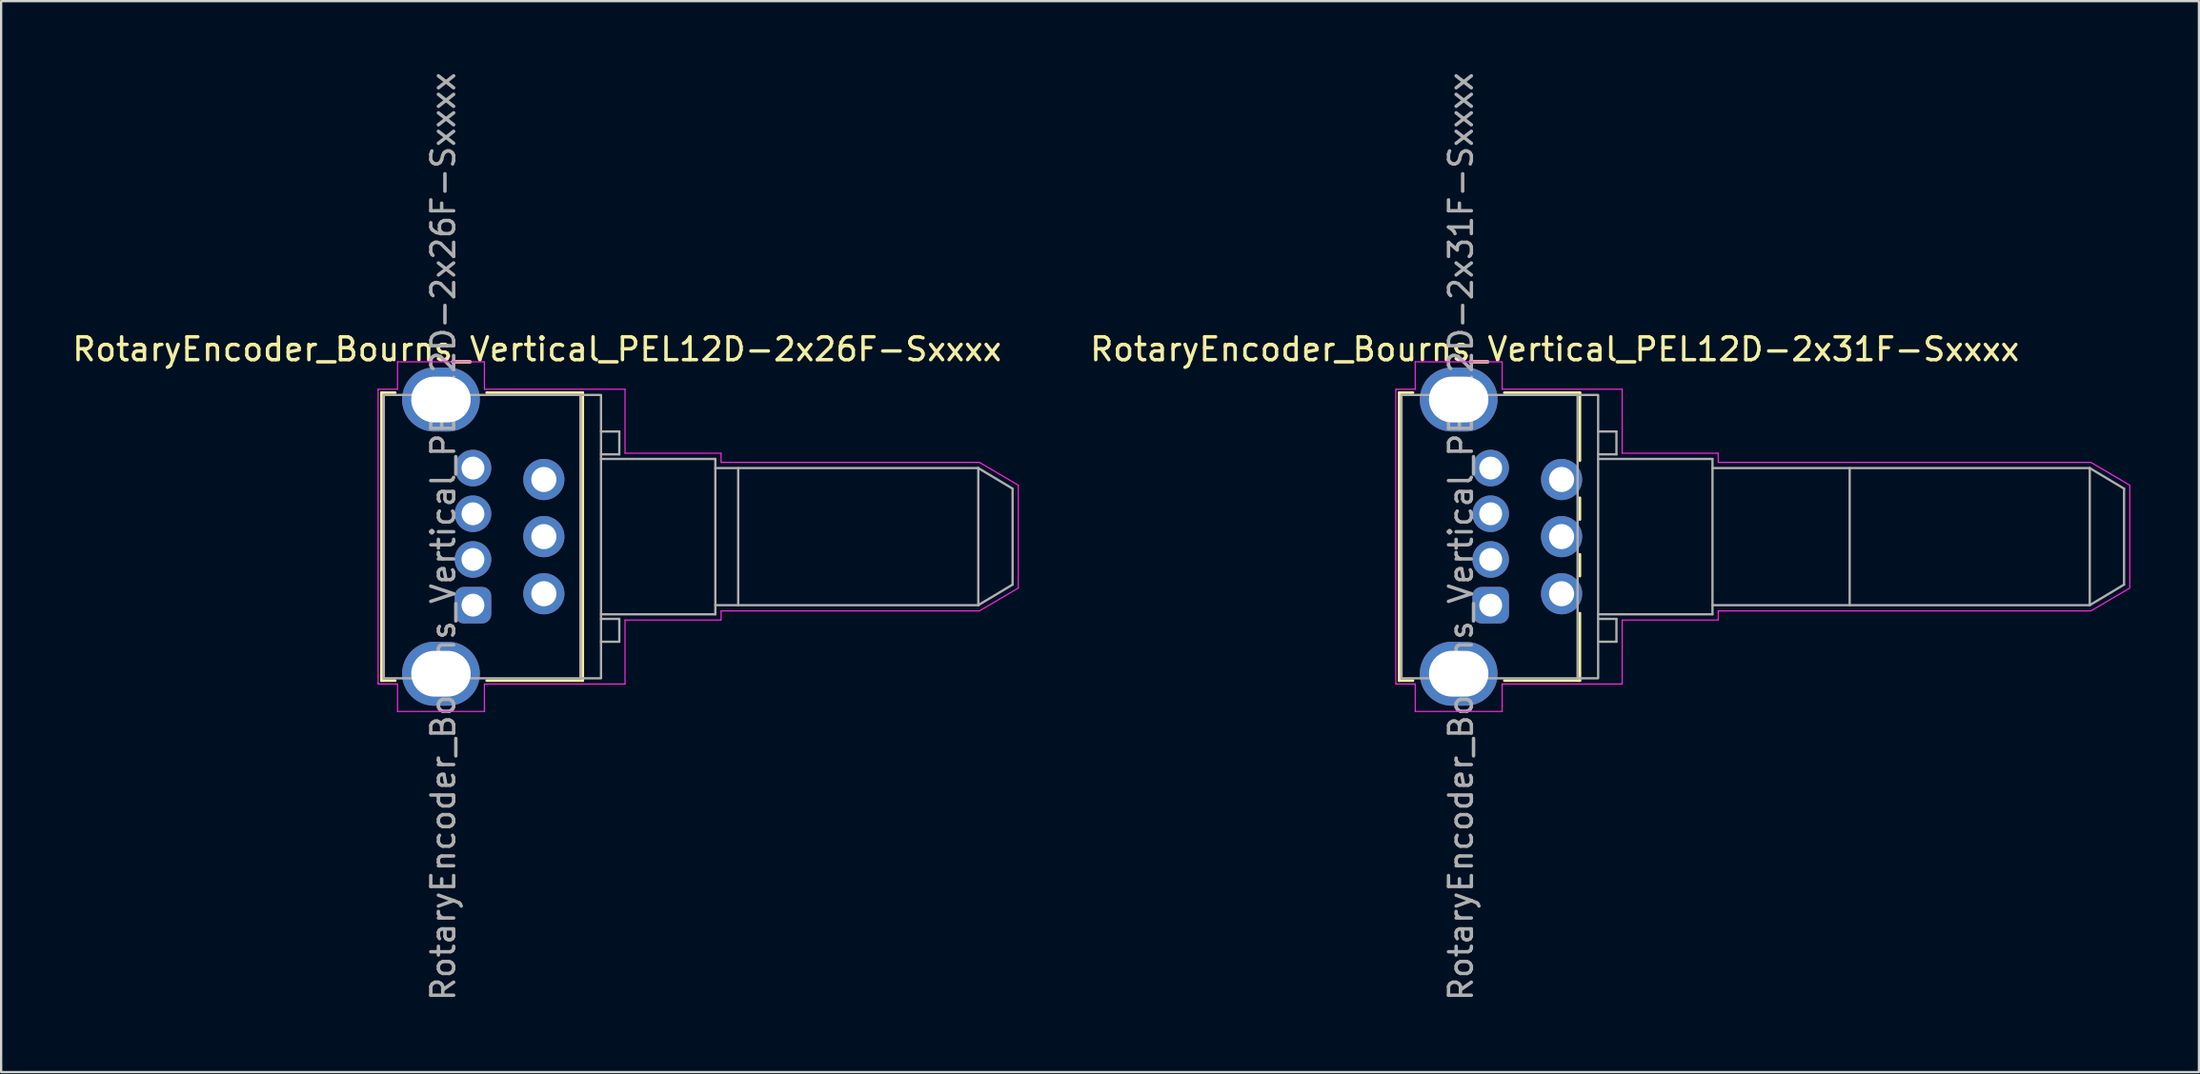
<source format=kicad_pcb>
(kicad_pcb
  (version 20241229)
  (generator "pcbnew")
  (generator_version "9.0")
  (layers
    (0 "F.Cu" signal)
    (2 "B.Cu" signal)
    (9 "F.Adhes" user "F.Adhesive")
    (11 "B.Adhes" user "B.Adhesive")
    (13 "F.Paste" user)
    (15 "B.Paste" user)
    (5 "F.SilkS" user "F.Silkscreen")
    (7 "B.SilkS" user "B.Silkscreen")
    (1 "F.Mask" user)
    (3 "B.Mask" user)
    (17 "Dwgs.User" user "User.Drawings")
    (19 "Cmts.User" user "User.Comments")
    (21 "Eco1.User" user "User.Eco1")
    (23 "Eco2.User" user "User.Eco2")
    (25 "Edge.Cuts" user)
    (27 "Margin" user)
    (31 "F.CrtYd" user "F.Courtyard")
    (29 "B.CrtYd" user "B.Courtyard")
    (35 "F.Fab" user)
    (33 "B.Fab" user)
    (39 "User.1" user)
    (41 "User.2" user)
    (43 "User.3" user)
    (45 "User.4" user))
  (footprint "RotaryEncoder_Bourns_Vertical_PEL12D-2x31F-Sxxxx"
    (layer "F.Cu")
    (at 62.144 23.435)
    (property "Reference" "RotaryEncoder_Bourns_Vertical_PEL12D-2x31F-Sxxxx" (at 2.8 -11.2 0) (layer "F.SilkS") (effects (font (size 1 1) (thickness 0.15))))
    (attr through_hole)
    (fp_line (start -4 -9.3) (end -4 3.3) (stroke (width 0.12) (type default)) (layer "F.SilkS"))
    (fp_line (start -4 3.3) (end -3.4 3.3) (stroke (width 0.12) (type default)) (layer "F.SilkS"))
    (fp_line (start -3.4 -9.3) (end -4 -9.3) (stroke (width 0.12) (type default)) (layer "F.SilkS"))
    (fp_line (start 0.6 3.3) (end 3.9 3.3) (stroke (width 0.12) (type default)) (layer "F.SilkS"))
    (fp_line (start 3.9 -9.3) (end 0.6 -9.3) (stroke (width 0.12) (type default)) (layer "F.SilkS"))
    (fp_line (start 3.9 -6.325) (end 3.9 -9.3) (stroke (width 0.12) (type default)) (layer "F.SilkS"))
    (fp_line (start 3.9 -4.7) (end 3.9 -3.75) (stroke (width 0.12) (type default)) (layer "F.SilkS"))
    (fp_line (start 3.9 -2.225) (end 3.9 -1.275) (stroke (width 0.12) (type default)) (layer "F.SilkS"))
    (fp_line (start 3.9 3.3) (end 3.9 0.35) (stroke (width 0.12) (type default)) (layer "F.SilkS"))
    (fp_line (start -4.15 -9.45) (end -4.15 3.45) (stroke (width 0.05) (type default)) (layer "F.CrtYd"))
    (fp_line (start -4.15 3.45) (end -3.3 3.45) (stroke (width 0.05) (type default)) (layer "F.CrtYd"))
    (fp_line (start -3.3 -10.65) (end -3.3 -9.45) (stroke (width 0.05) (type default)) (layer "F.CrtYd"))
    (fp_line (start -3.3 -9.45) (end -4.15 -9.45) (stroke (width 0.05) (type default)) (layer "F.CrtYd"))
    (fp_line (start -3.3 3.45) (end -3.3 4.65) (stroke (width 0.05) (type default)) (layer "F.CrtYd"))
    (fp_line (start -3.3 4.65) (end 0.5 4.65) (stroke (width 0.05) (type default)) (layer "F.CrtYd"))
    (fp_line (start 0.5 -10.65) (end -3.3 -10.65) (stroke (width 0.05) (type default)) (layer "F.CrtYd"))
    (fp_line (start 0.5 -9.45) (end 0.5 -10.65) (stroke (width 0.05) (type default)) (layer "F.CrtYd"))
    (fp_line (start 0.5 3.45) (end 5.75 3.45) (stroke (width 0.05) (type default)) (layer "F.CrtYd"))
    (fp_line (start 0.5 4.65) (end 0.5 3.45) (stroke (width 0.05) (type default)) (layer "F.CrtYd"))
    (fp_line (start 5.75 -9.45) (end 0.5 -9.45) (stroke (width 0.05) (type default)) (layer "F.CrtYd"))
    (fp_line (start 5.75 -6.65) (end 5.75 -9.45) (stroke (width 0.05) (type default)) (layer "F.CrtYd"))
    (fp_line (start 5.75 0.65) (end 5.75 3.45) (stroke (width 0.05) (type default)) (layer "F.CrtYd"))
    (fp_line (start 9.95 -6.65) (end 5.75 -6.65) (stroke (width 0.05) (type default)) (layer "F.CrtYd"))
    (fp_line (start 9.95 -6.25) (end 9.95 -6.65) (stroke (width 0.05) (type default)) (layer "F.CrtYd"))
    (fp_line (start 9.95 0.25) (end 26.25 0.25) (stroke (width 0.05) (type default)) (layer "F.CrtYd"))
    (fp_line (start 9.95 0.65) (end 5.75 0.65) (stroke (width 0.05) (type default)) (layer "F.CrtYd"))
    (fp_line (start 9.95 0.65) (end 9.95 0.25) (stroke (width 0.05) (type default)) (layer "F.CrtYd"))
    (fp_line (start 26.25 -6.25) (end 9.95 -6.25) (stroke (width 0.05) (type default)) (layer "F.CrtYd"))
    (fp_line (start 26.25 -6.25) (end 27.95 -5.25) (stroke (width 0.05) (type default)) (layer "F.CrtYd"))
    (fp_line (start 26.25 0.25) (end 27.95 -0.75) (stroke (width 0.05) (type default)) (layer "F.CrtYd"))
    (fp_line (start 27.95 -0.75) (end 27.95 -5.25) (stroke (width 0.05) (type default)) (layer "F.CrtYd"))
    (fp_line (start 3.8 -9.2) (end 3.8 3.2) (stroke (width 0.1) (type default)) (layer "F.Fab"))
    (fp_line (start 4.7 -7.6) (end 5.5 -7.6) (stroke (width 0.1) (type default)) (layer "F.Fab"))
    (fp_line (start 4.7 -6.4) (end 9.7 -6.4) (stroke (width 0.1) (type default)) (layer "F.Fab"))
    (fp_line (start 4.7 1.6) (end 5.5 1.6) (stroke (width 0.1) (type default)) (layer "F.Fab"))
    (fp_line (start 5.5 -7.6) (end 5.5 -6.6) (stroke (width 0.1) (type default)) (layer "F.Fab"))
    (fp_line (start 5.5 -6.6) (end 4.7 -6.6) (stroke (width 0.1) (type default)) (layer "F.Fab"))
    (fp_line (start 5.5 0.6) (end 4.7 0.6) (stroke (width 0.1) (type default)) (layer "F.Fab"))
    (fp_line (start 5.5 1.6) (end 5.5 0.6) (stroke (width 0.1) (type default)) (layer "F.Fab"))
    (fp_line (start 9.7 -6.4) (end 9.7 0.4) (stroke (width 0.1) (type default)) (layer "F.Fab"))
    (fp_line (start 9.7 -6) (end 26.2 -6) (stroke (width 0.1) (type default)) (layer "F.Fab"))
    (fp_line (start 9.7 0.4) (end 4.7 0.4) (stroke (width 0.1) (type default)) (layer "F.Fab"))
    (fp_line (start 15.7 -6) (end 15.7 0) (stroke (width 0.1) (type default)) (layer "F.Fab"))
    (fp_line (start 26.2 -6) (end 26.2 0) (stroke (width 0.1) (type default)) (layer "F.Fab"))
    (fp_line (start 26.2 -6) (end 27.7 -5.1) (stroke (width 0.1) (type default)) (layer "F.Fab"))
    (fp_line (start 26.2 0) (end 9.7 0) (stroke (width 0.1) (type default)) (layer "F.Fab"))
    (fp_line (start 26.2 0) (end 27.7 -0.9) (stroke (width 0.1) (type default)) (layer "F.Fab"))
    (fp_line (start 27.7 -0.9) (end 27.7 -5.1) (stroke (width 0.1) (type default)) (layer "F.Fab"))
    (fp_rect (start -3.9 -9.2) (end 4.7 3.2) (stroke (width 0.1) (type default)) (fill no) (layer "F.Fab"))
    (fp_text user "${REFERENCE}" (at -1.3 -3 90) (layer "F.Fab") (effects (font (size 1 1) (thickness 0.15))))
    (pad "1" thru_hole roundrect (at 0 0) (size 1.6 1.6) (drill 1) (layers "*.Cu" "*.Mask") (roundrect_rratio 0.25))
    (pad "2" thru_hole circle (at 0 -2) (size 1.6 1.6) (drill 1) (layers "*.Cu" "*.Mask"))
    (pad "3" thru_hole circle (at 0 -4) (size 1.6 1.6) (drill 1) (layers "*.Cu" "*.Mask"))
    (pad "4" thru_hole circle (at 0 -6) (size 1.6 1.6) (drill 1) (layers "*.Cu" "*.Mask"))
    (pad "A" thru_hole circle (at 3.1 -0.5) (size 1.8 1.8) (drill 1.1) (layers "*.Cu" "*.Mask"))
    (pad "B" thru_hole circle (at 3.1 -3) (size 1.8 1.8) (drill 1.1) (layers "*.Cu" "*.Mask"))
    (pad "C" thru_hole circle (at 3.1 -5.5) (size 1.8 1.8) (drill 1.1) (layers "*.Cu" "*.Mask"))
    (pad "SH" thru_hole oval (at -1.4 -9) (size 3.4 2.8) (drill oval 2.6 2) (layers "*.Cu" "*.Mask"))
    (pad "SH" thru_hole oval (at -1.4 3) (size 3.4 2.8) (drill oval 2.6 2) (layers "*.Cu" "*.Mask"))
    (zone (net_name "") (layer "F.Cu") (hatch edge 0.5) (connect_pads) (min_thickness 0.25) (filled_areas_thickness no) (keepout (tracks not_allowed) (vias not_allowed) (pads not_allowed) (copperpour allowed) (footprints allowed)) (placement (enabled no)) (fill) (polygon (pts (xy 58.944 14.035) (xy 58.044 14.035) (xy 58.044 14.535) (xy 58.944 14.535))))
    (zone (net_name "") (layer "F.Cu") (hatch edge 0.5) (connect_pads) (min_thickness 0.25) (filled_areas_thickness no) (keepout (tracks not_allowed) (vias not_allowed) (pads not_allowed) (copperpour allowed) (footprints allowed)) (placement (enabled no)) (fill) (polygon (pts (xy 58.944 26.335) (xy 58.044 26.335) (xy 58.044 26.835) (xy 58.944 26.835))))
    (zone (net_name "") (layers "F.Cu" "F.Fab") (hatch edge 0.5) (connect_pads) (min_thickness 0.25) (filled_areas_thickness no) (keepout (tracks not_allowed) (vias not_allowed) (pads not_allowed) (copperpour allowed) (footprints allowed)) (placement (enabled no)) (fill) (polygon (pts (xy 66.194 13.985) (xy 64.894 13.985) (xy 64.894 14.535) (xy 66.194 14.535))))
    (zone (net_name "") (layers "F.Cu" "F.Fab") (hatch edge 0.5) (connect_pads) (min_thickness 0.25) (filled_areas_thickness no) (keepout (tracks not_allowed) (vias not_allowed) (pads not_allowed) (copperpour allowed) (footprints allowed)) (placement (enabled no)) (fill) (polygon (pts (xy 66.194 26.335) (xy 64.894 26.335) (xy 64.894 26.885) (xy 66.194 26.885)))))
  (footprint "RotaryEncoder_Bourns_Vertical_PEL12D-2x26F-Sxxxx"
    (layer "F.Cu")
    (at 17.635 23.435)
    (property "Reference" "RotaryEncoder_Bourns_Vertical_PEL12D-2x26F-Sxxxx" (at 2.8 -11.2 0) (layer "F.SilkS") (effects (font (size 1 1) (thickness 0.15))))
    (attr through_hole)
    (fp_line (start -4 -9.3) (end -4 3.3) (stroke (width 0.12) (type default)) (layer "F.SilkS"))
    (fp_line (start -4 3.3) (end -3.4 3.3) (stroke (width 0.12) (type default)) (layer "F.SilkS"))
    (fp_line (start -3.4 -9.3) (end -4 -9.3) (stroke (width 0.12) (type default)) (layer "F.SilkS"))
    (fp_line (start 0.6 3.3) (end 4.8 3.3) (stroke (width 0.12) (type default)) (layer "F.SilkS"))
    (fp_line (start 4.8 -9.3) (end 0.6 -9.3) (stroke (width 0.12) (type default)) (layer "F.SilkS"))
    (fp_line (start 4.8 3.3) (end 4.8 -9.3) (stroke (width 0.12) (type default)) (layer "F.SilkS"))
    (fp_line (start -4.15 -9.45) (end -4.15 3.45) (stroke (width 0.05) (type default)) (layer "F.CrtYd"))
    (fp_line (start -4.15 3.45) (end -3.3 3.45) (stroke (width 0.05) (type default)) (layer "F.CrtYd"))
    (fp_line (start -3.3 -10.65) (end -3.3 -9.45) (stroke (width 0.05) (type default)) (layer "F.CrtYd"))
    (fp_line (start -3.3 -9.45) (end -4.15 -9.45) (stroke (width 0.05) (type default)) (layer "F.CrtYd"))
    (fp_line (start -3.3 3.45) (end -3.3 4.65) (stroke (width 0.05) (type default)) (layer "F.CrtYd"))
    (fp_line (start -3.3 4.65) (end 0.5 4.65) (stroke (width 0.05) (type default)) (layer "F.CrtYd"))
    (fp_line (start 0.5 -10.65) (end -3.3 -10.65) (stroke (width 0.05) (type default)) (layer "F.CrtYd"))
    (fp_line (start 0.5 -9.45) (end 0.5 -10.65) (stroke (width 0.05) (type default)) (layer "F.CrtYd"))
    (fp_line (start 0.5 3.45) (end 6.65 3.45) (stroke (width 0.05) (type default)) (layer "F.CrtYd"))
    (fp_line (start 0.5 4.65) (end 0.5 3.45) (stroke (width 0.05) (type default)) (layer "F.CrtYd"))
    (fp_line (start 6.65 -9.45) (end 0.5 -9.45) (stroke (width 0.05) (type default)) (layer "F.CrtYd"))
    (fp_line (start 6.65 -6.65) (end 6.65 -9.45) (stroke (width 0.05) (type default)) (layer "F.CrtYd"))
    (fp_line (start 6.65 0.65) (end 6.65 3.45) (stroke (width 0.05) (type default)) (layer "F.CrtYd"))
    (fp_line (start 10.85 -6.65) (end 6.65 -6.65) (stroke (width 0.05) (type default)) (layer "F.CrtYd"))
    (fp_line (start 10.85 -6.25) (end 10.85 -6.65) (stroke (width 0.05) (type default)) (layer "F.CrtYd"))
    (fp_line (start 10.85 0.25) (end 22.15 0.25) (stroke (width 0.05) (type default)) (layer "F.CrtYd"))
    (fp_line (start 10.85 0.65) (end 6.65 0.65) (stroke (width 0.05) (type default)) (layer "F.CrtYd"))
    (fp_line (start 10.85 0.65) (end 10.85 0.25) (stroke (width 0.05) (type default)) (layer "F.CrtYd"))
    (fp_line (start 22.15 -6.25) (end 10.85 -6.25) (stroke (width 0.05) (type default)) (layer "F.CrtYd"))
    (fp_line (start 22.15 -6.25) (end 23.85 -5.25) (stroke (width 0.05) (type default)) (layer "F.CrtYd"))
    (fp_line (start 22.15 0.25) (end 23.85 -0.75) (stroke (width 0.05) (type default)) (layer "F.CrtYd"))
    (fp_line (start 23.85 -0.75) (end 23.85 -5.25) (stroke (width 0.05) (type default)) (layer "F.CrtYd"))
    (fp_line (start 4.7 -9.2) (end 4.7 3.2) (stroke (width 0.1) (type default)) (layer "F.Fab"))
    (fp_line (start 5.6 -7.6) (end 6.4 -7.6) (stroke (width 0.1) (type default)) (layer "F.Fab"))
    (fp_line (start 5.6 -6.4) (end 10.6 -6.4) (stroke (width 0.1) (type default)) (layer "F.Fab"))
    (fp_line (start 5.6 1.6) (end 6.4 1.6) (stroke (width 0.1) (type default)) (layer "F.Fab"))
    (fp_line (start 6.4 -7.6) (end 6.4 -6.6) (stroke (width 0.1) (type default)) (layer "F.Fab"))
    (fp_line (start 6.4 -6.6) (end 5.6 -6.6) (stroke (width 0.1) (type default)) (layer "F.Fab"))
    (fp_line (start 6.4 0.6) (end 5.6 0.6) (stroke (width 0.1) (type default)) (layer "F.Fab"))
    (fp_line (start 6.4 1.6) (end 6.4 0.6) (stroke (width 0.1) (type default)) (layer "F.Fab"))
    (fp_line (start 10.6 -6.4) (end 10.6 0.4) (stroke (width 0.1) (type default)) (layer "F.Fab"))
    (fp_line (start 10.6 -6) (end 22.1 -6) (stroke (width 0.1) (type default)) (layer "F.Fab"))
    (fp_line (start 10.6 0.4) (end 5.6 0.4) (stroke (width 0.1) (type default)) (layer "F.Fab"))
    (fp_line (start 11.6 -6) (end 11.6 0) (stroke (width 0.1) (type default)) (layer "F.Fab"))
    (fp_line (start 22.1 -6) (end 22.1 0) (stroke (width 0.1) (type default)) (layer "F.Fab"))
    (fp_line (start 22.1 -6) (end 23.6 -5.1) (stroke (width 0.1) (type default)) (layer "F.Fab"))
    (fp_line (start 22.1 0) (end 10.6 0) (stroke (width 0.1) (type default)) (layer "F.Fab"))
    (fp_line (start 22.1 0) (end 23.6 -0.9) (stroke (width 0.1) (type default)) (layer "F.Fab"))
    (fp_line (start 23.6 -0.9) (end 23.6 -5.1) (stroke (width 0.1) (type default)) (layer "F.Fab"))
    (fp_rect (start -3.9 -9.2) (end 5.6 3.2) (stroke (width 0.1) (type default)) (fill no) (layer "F.Fab"))
    (fp_text user "${REFERENCE}" (at -1.3 -3 90) (layer "F.Fab") (effects (font (size 1 1) (thickness 0.15))))
    (pad "1" thru_hole roundrect (at 0 0) (size 1.6 1.6) (drill 1) (layers "*.Cu" "*.Mask") (roundrect_rratio 0.25))
    (pad "2" thru_hole circle (at 0 -2) (size 1.6 1.6) (drill 1) (layers "*.Cu" "*.Mask"))
    (pad "3" thru_hole circle (at 0 -4) (size 1.6 1.6) (drill 1) (layers "*.Cu" "*.Mask"))
    (pad "4" thru_hole circle (at 0 -6) (size 1.6 1.6) (drill 1) (layers "*.Cu" "*.Mask"))
    (pad "A" thru_hole circle (at 3.1 -0.5) (size 1.8 1.8) (drill 1.1) (layers "*.Cu" "*.Mask"))
    (pad "B" thru_hole circle (at 3.1 -3) (size 1.8 1.8) (drill 1.1) (layers "*.Cu" "*.Mask"))
    (pad "C" thru_hole circle (at 3.1 -5.5) (size 1.8 1.8) (drill 1.1) (layers "*.Cu" "*.Mask"))
    (pad "SH" thru_hole oval (at -1.4 -9) (size 3.4 2.8) (drill oval 2.6 2) (layers "*.Cu" "*.Mask"))
    (pad "SH" thru_hole oval (at -1.4 3) (size 3.4 2.8) (drill oval 2.6 2) (layers "*.Cu" "*.Mask"))
    (zone (net_name "") (layer "F.Cu") (hatch edge 0.5) (connect_pads) (min_thickness 0.25) (filled_areas_thickness no) (keepout (tracks not_allowed) (vias not_allowed) (pads not_allowed) (copperpour allowed) (footprints allowed)) (placement (enabled no)) (fill) (polygon (pts (xy 14.435 14.035) (xy 13.535 14.035) (xy 13.535 14.735) (xy 14.435 14.735))))
    (zone (net_name "") (layer "F.Cu") (hatch edge 0.5) (connect_pads) (min_thickness 0.25) (filled_areas_thickness no) (keepout (tracks not_allowed) (vias not_allowed) (pads not_allowed) (copperpour allowed) (footprints allowed)) (placement (enabled no)) (fill) (polygon (pts (xy 14.435 26.135) (xy 13.535 26.135) (xy 13.535 26.835) (xy 14.435 26.835))))
    (zone (net_name "") (layers "F.Cu" "F.Fab") (hatch edge 0.5) (connect_pads) (min_thickness 0.25) (filled_areas_thickness no) (keepout (tracks not_allowed) (vias not_allowed) (pads not_allowed) (copperpour allowed) (footprints allowed)) (placement (enabled no)) (fill) (polygon (pts (xy 22.535 26.135) (xy 21.235 26.135) (xy 21.235 26.885) (xy 22.535 26.885))))
    (zone (net_name "") (layers "F.Cu" "F.Fab") (hatch edge 0.5) (connect_pads) (min_thickness 0.25) (filled_areas_thickness no) (keepout (tracks not_allowed) (vias not_allowed) (pads not_allowed) (copperpour allowed) (footprints allowed)) (placement (enabled no)) (fill) (polygon (pts (xy 22.585 13.985) (xy 21.285 13.985) (xy 21.285 14.735) (xy 22.585 14.735)))))
  (gr_rect
    (start -3 -3)
    (end 93.119 43.869)
    (stroke (width 0.1) (type default))
    (fill no)
    (layer "Edge.Cuts")))
</source>
